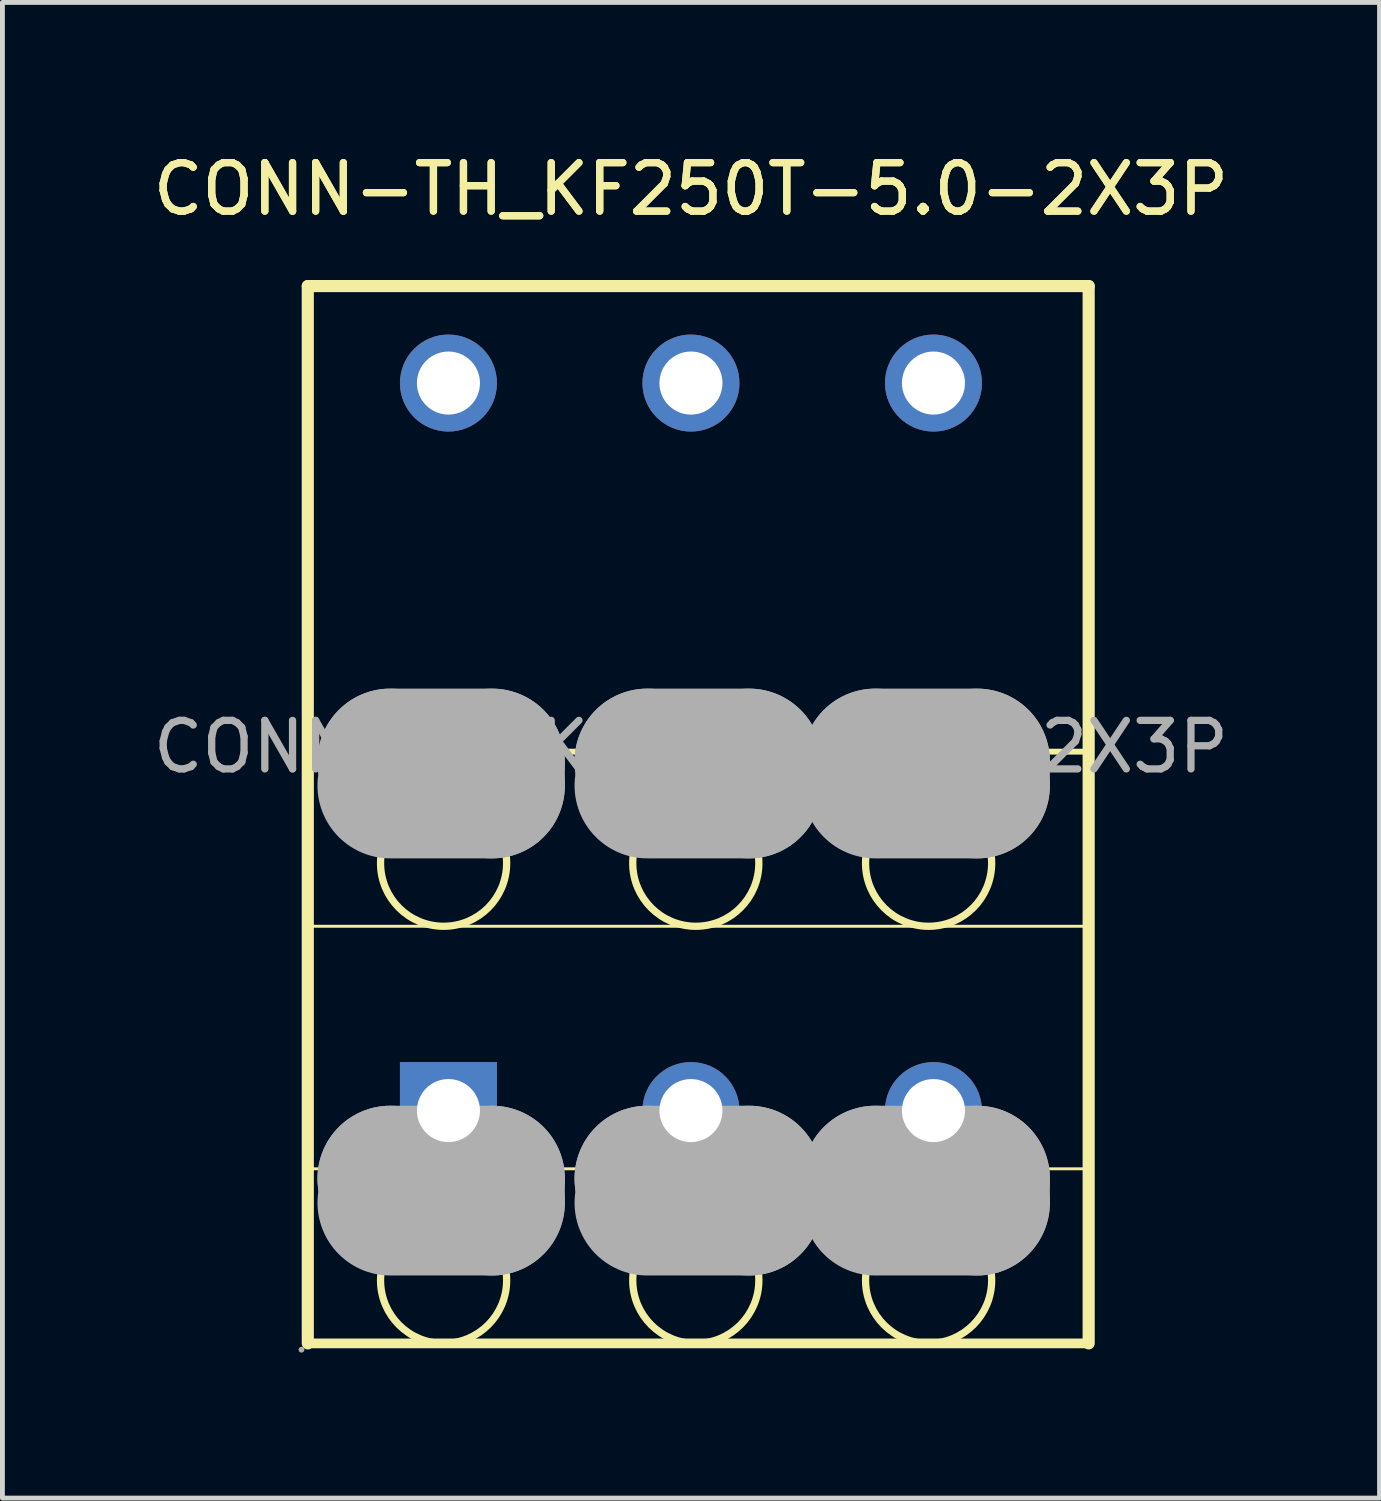
<source format=kicad_pcb>
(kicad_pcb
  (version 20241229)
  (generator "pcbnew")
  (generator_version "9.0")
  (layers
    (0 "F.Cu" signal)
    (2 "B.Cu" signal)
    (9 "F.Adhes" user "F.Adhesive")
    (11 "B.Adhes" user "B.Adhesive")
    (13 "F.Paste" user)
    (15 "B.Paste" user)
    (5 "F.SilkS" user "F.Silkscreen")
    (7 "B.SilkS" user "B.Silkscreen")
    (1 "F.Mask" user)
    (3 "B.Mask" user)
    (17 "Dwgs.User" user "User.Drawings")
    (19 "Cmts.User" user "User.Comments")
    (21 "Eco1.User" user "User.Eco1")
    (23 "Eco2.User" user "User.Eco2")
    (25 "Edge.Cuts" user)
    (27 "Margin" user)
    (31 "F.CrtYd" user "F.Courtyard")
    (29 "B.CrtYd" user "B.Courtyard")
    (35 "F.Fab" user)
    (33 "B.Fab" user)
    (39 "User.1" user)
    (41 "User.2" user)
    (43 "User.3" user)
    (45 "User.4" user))
  (footprint "CONN-TH_KF250T-5.0-2X3P"
    (layer "F.Cu")
    (at 11.196 12.348)
    (property "Reference" "CONN-TH_KF250T-5.0-2X3P" (at 0 -11.5 0) (layer "F.SilkS") (effects (font (size 1 1) (thickness 0.15))))
    (attr through_hole)
    (fp_line (start -7.9 12.3) (end -7.9 -9.5) (stroke (width 0.25) (type solid)) (layer "F.SilkS"))
    (fp_line (start 8.2 -9.5) (end -7.9 -9.5) (stroke (width 0.25) (type solid)) (layer "F.SilkS"))
    (fp_line (start 8.2 0.1) (end -7.9 0.1) (stroke (width 0.12) (type solid)) (layer "F.SilkS"))
    (fp_line (start 8.2 3.7) (end -7.9 3.7) (stroke (width 0.06) (type solid)) (layer "F.SilkS"))
    (fp_line (start 8.2 8.7) (end -7.9 8.7) (stroke (width 0.06) (type solid)) (layer "F.SilkS"))
    (fp_line (start 8.2 12.3) (end -7.9 12.3) (stroke (width 0.2) (type solid)) (layer "F.SilkS"))
    (fp_line (start 8.2 12.3) (end 8.2 -9.5) (stroke (width 0.25) (type solid)) (layer "F.SilkS"))
    (fp_circle (center -5.1 2.4) (end -3.8 2.4) (stroke (width 0.15) (type solid)) (fill no) (layer "F.SilkS"))
    (fp_circle (center -5.1 11) (end -3.8 11) (stroke (width 0.15) (type solid)) (fill no) (layer "F.SilkS"))
    (fp_circle (center 0.1 2.4) (end 1.4 2.4) (stroke (width 0.15) (type solid)) (fill no) (layer "F.SilkS"))
    (fp_circle (center 0.1 11) (end 1.4 11) (stroke (width 0.15) (type solid)) (fill no) (layer "F.SilkS"))
    (fp_circle (center 4.9 2.4) (end 6.2 2.4) (stroke (width 0.15) (type solid)) (fill no) (layer "F.SilkS"))
    (fp_circle (center 4.9 11) (end 6.2 11) (stroke (width 0.15) (type solid)) (fill no) (layer "F.SilkS"))
    (fp_line (start -6.2 0.3) (end -6.2 0.3) (stroke (width 3) (type solid)) (layer "F.Fab"))
    (fp_line (start -6.2 0.3) (end -4.1 0.3) (stroke (width 3) (type solid)) (layer "F.Fab"))
    (fp_line (start -6.2 8.9) (end -6.2 8.9) (stroke (width 3) (type solid)) (layer "F.Fab"))
    (fp_line (start -6.2 8.9) (end -4.1 8.9) (stroke (width 3) (type solid)) (layer "F.Fab"))
    (fp_line (start -4.1 0.3) (end -4.1 0.8) (stroke (width 3) (type solid)) (layer "F.Fab"))
    (fp_line (start -4.1 0.8) (end -6.2 0.8) (stroke (width 3) (type solid)) (layer "F.Fab"))
    (fp_line (start -4.1 8.9) (end -4.1 9.4) (stroke (width 3) (type solid)) (layer "F.Fab"))
    (fp_line (start -4.1 9.4) (end -6.2 9.4) (stroke (width 3) (type solid)) (layer "F.Fab"))
    (fp_line (start -0.9 0.3) (end -0.9 0.3) (stroke (width 3) (type solid)) (layer "F.Fab"))
    (fp_line (start -0.9 0.3) (end 1.2 0.3) (stroke (width 3) (type solid)) (layer "F.Fab"))
    (fp_line (start -0.9 8.9) (end -0.9 8.9) (stroke (width 3) (type solid)) (layer "F.Fab"))
    (fp_line (start -0.9 8.9) (end 1.2 8.9) (stroke (width 3) (type solid)) (layer "F.Fab"))
    (fp_line (start 1.2 0.3) (end 1.2 0.8) (stroke (width 3) (type solid)) (layer "F.Fab"))
    (fp_line (start 1.2 0.8) (end -0.9 0.8) (stroke (width 3) (type solid)) (layer "F.Fab"))
    (fp_line (start 1.2 8.9) (end 1.2 9.4) (stroke (width 3) (type solid)) (layer "F.Fab"))
    (fp_line (start 1.2 9.4) (end -0.9 9.4) (stroke (width 3) (type solid)) (layer "F.Fab"))
    (fp_line (start 3.8 0.3) (end 3.8 0.3) (stroke (width 3) (type solid)) (layer "F.Fab"))
    (fp_line (start 3.8 0.3) (end 5.9 0.3) (stroke (width 3) (type solid)) (layer "F.Fab"))
    (fp_line (start 3.8 8.9) (end 3.8 8.9) (stroke (width 3) (type solid)) (layer "F.Fab"))
    (fp_line (start 3.8 8.9) (end 5.9 8.9) (stroke (width 3) (type solid)) (layer "F.Fab"))
    (fp_line (start 5.9 0.3) (end 5.9 0.8) (stroke (width 3) (type solid)) (layer "F.Fab"))
    (fp_line (start 5.9 0.8) (end 3.8 0.8) (stroke (width 3) (type solid)) (layer "F.Fab"))
    (fp_line (start 5.9 8.9) (end 5.9 9.4) (stroke (width 3) (type solid)) (layer "F.Fab"))
    (fp_line (start 5.9 9.4) (end 3.8 9.4) (stroke (width 3) (type solid)) (layer "F.Fab"))
    (fp_circle (center -8.03 12.43) (end -8 12.43) (stroke (width 0.06) (type solid)) (fill no) (layer "F.Fab"))
    (fp_circle (center -5 -7.5) (end -4.72 -7.5) (stroke (width 0.55) (type solid)) (fill no) (layer "F.Fab"))
    (fp_circle (center -5 7.5) (end -4.72 7.5) (stroke (width 0.55) (type solid)) (fill no) (layer "F.Fab"))
    (fp_circle (center 0 -7.5) (end 0.28 -7.5) (stroke (width 0.55) (type solid)) (fill no) (layer "F.Fab"))
    (fp_circle (center 0 7.5) (end 0.28 7.5) (stroke (width 0.55) (type solid)) (fill no) (layer "F.Fab"))
    (fp_circle (center 5 -7.5) (end 5.28 -7.5) (stroke (width 0.55) (type solid)) (fill no) (layer "F.Fab"))
    (fp_circle (center 5 7.5) (end 5.28 7.5) (stroke (width 0.55) (type solid)) (fill no) (layer "F.Fab"))
    (fp_text user "${REFERENCE}" (at 0 -11.5 0) (layer "F.SilkS") (effects (font (size 1 1) (thickness 0.15))))
    (fp_text user "${REFERENCE}" (at 0 0 0) (layer "F.Fab") (effects (font (size 1 1) (thickness 0.15))))
    (pad "1" thru_hole rect (at -5 7.5 180) (size 2 2) (drill 1.3) (layers "*.Cu" "*.Mask"))
    (pad "2" thru_hole circle (at -5 -7.5 180) (size 2 2) (drill 1.3) (layers "*.Cu" "*.Mask"))
    (pad "3" thru_hole circle (at 0 7.5 180) (size 2 2) (drill 1.3) (layers "*.Cu" "*.Mask"))
    (pad "4" thru_hole circle (at 0 -7.5 180) (size 2 2) (drill 1.3) (layers "*.Cu" "*.Mask"))
    (pad "5" thru_hole circle (at 5 7.5 180) (size 2 2) (drill 1.3) (layers "*.Cu" "*.Mask"))
    (pad "6" thru_hole circle (at 5 -7.5 180) (size 2 2) (drill 1.3) (layers "*.Cu" "*.Mask")))
  (gr_rect
    (start -3 -3)
    (end 25.393 27.838)
    (stroke (width 0.1) (type default))
    (fill no)
    (layer "Edge.Cuts")))
</source>
